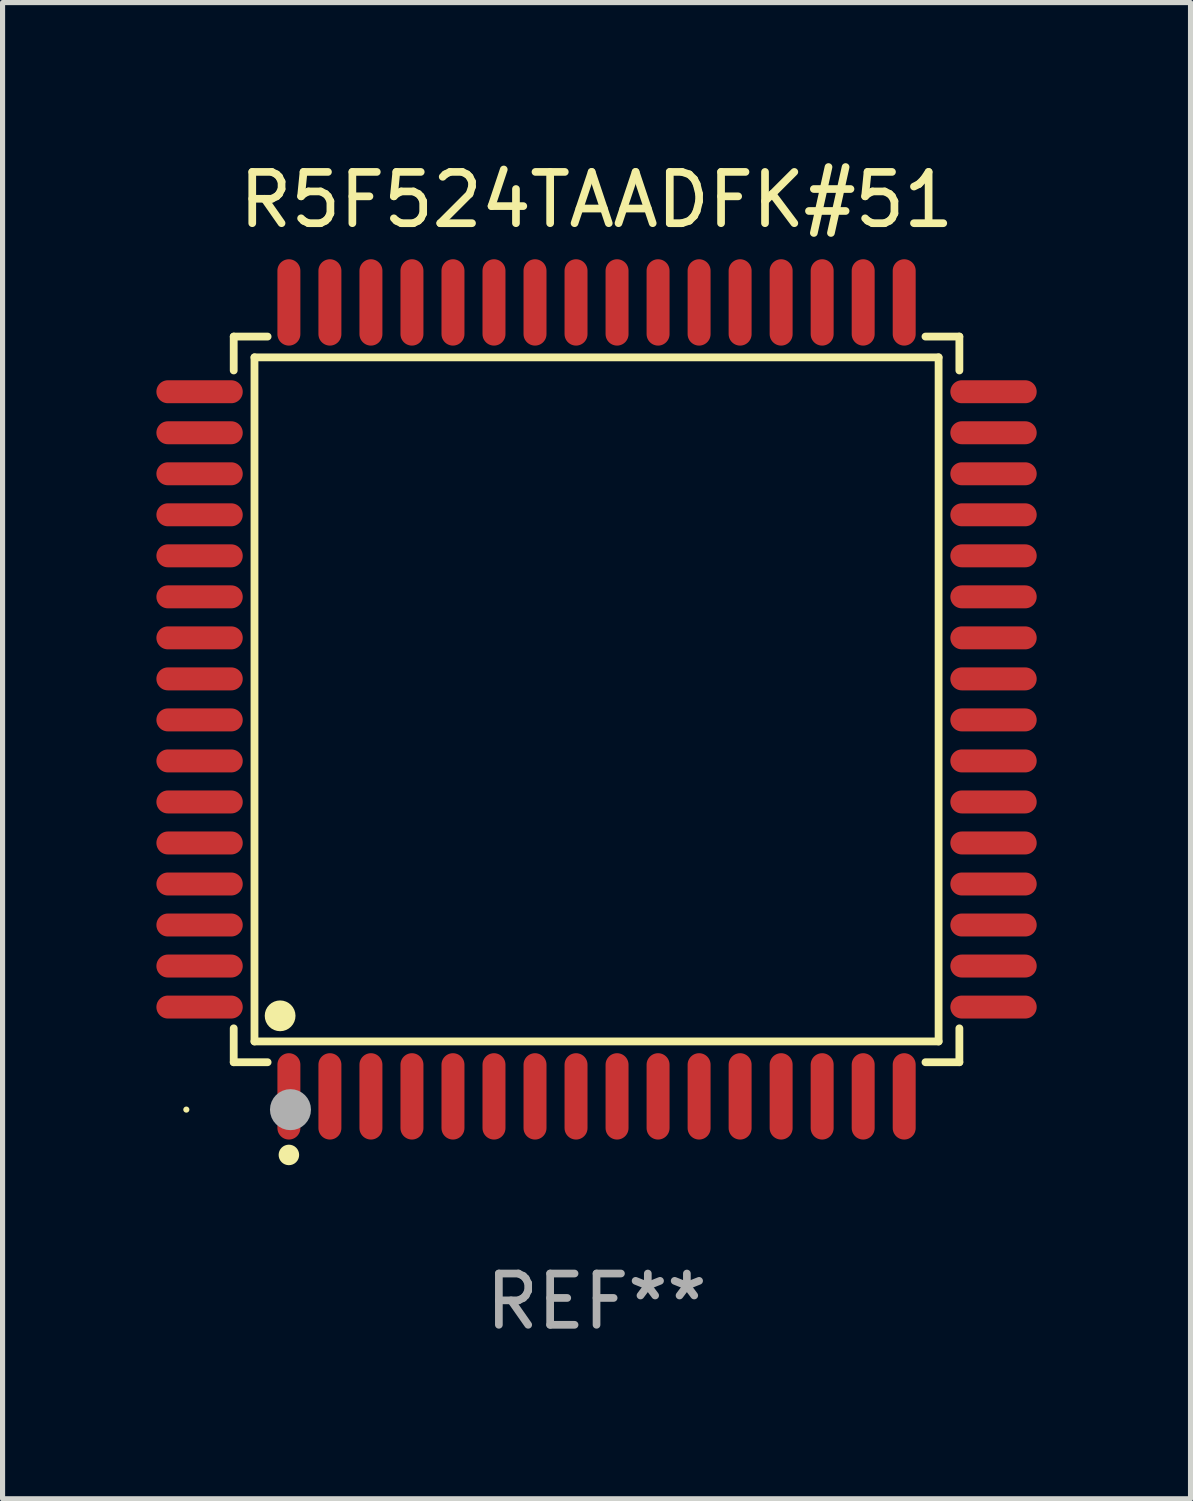
<source format=kicad_pcb>
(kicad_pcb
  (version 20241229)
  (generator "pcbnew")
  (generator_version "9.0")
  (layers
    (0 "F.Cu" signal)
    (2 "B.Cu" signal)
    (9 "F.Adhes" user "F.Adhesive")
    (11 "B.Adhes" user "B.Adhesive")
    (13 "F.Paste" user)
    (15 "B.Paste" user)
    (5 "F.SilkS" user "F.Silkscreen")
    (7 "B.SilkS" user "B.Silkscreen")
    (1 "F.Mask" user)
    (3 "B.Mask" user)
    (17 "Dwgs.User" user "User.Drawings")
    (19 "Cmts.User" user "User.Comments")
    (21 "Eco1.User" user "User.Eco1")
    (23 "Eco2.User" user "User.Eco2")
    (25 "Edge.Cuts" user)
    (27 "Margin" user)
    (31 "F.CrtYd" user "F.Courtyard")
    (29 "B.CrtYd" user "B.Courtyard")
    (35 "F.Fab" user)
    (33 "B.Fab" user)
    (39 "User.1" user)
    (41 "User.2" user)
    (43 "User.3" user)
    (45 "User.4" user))
  (footprint "R5F524TAADFK#51"
    (layer "F.Cu")
    (at 8.584 10.59)
    (property "Reference" "R5F524TAADFK#51" (at 0 -9.742 0) (layer "F.SilkS") (effects (font (size 1 1) (thickness 0.15))))
    (attr through_hole)
    (fp_line (start -7.076 -7.076) (end -6.415 -7.076) (stroke (width 0.152) (type solid)) (layer "F.SilkS"))
    (fp_line (start -7.076 -6.415) (end -7.076 -7.076) (stroke (width 0.152) (type solid)) (layer "F.SilkS"))
    (fp_line (start -7.076 6.415) (end -7.076 7.076) (stroke (width 0.152) (type solid)) (layer "F.SilkS"))
    (fp_line (start -7.076 7.076) (end -6.415 7.076) (stroke (width 0.152) (type solid)) (layer "F.SilkS"))
    (fp_line (start -6.671 -6.671) (end 6.671 -6.671) (stroke (width 0.152) (type solid)) (layer "F.SilkS"))
    (fp_line (start -6.671 6.671) (end -6.671 -6.671) (stroke (width 0.152) (type solid)) (layer "F.SilkS"))
    (fp_line (start 6.671 -6.671) (end 6.671 6.671) (stroke (width 0.152) (type solid)) (layer "F.SilkS"))
    (fp_line (start 6.671 6.671) (end -6.671 6.671) (stroke (width 0.152) (type solid)) (layer "F.SilkS"))
    (fp_line (start 7.076 -7.076) (end 6.415 -7.076) (stroke (width 0.152) (type solid)) (layer "F.SilkS"))
    (fp_line (start 7.076 -6.415) (end 7.076 -7.076) (stroke (width 0.152) (type solid)) (layer "F.SilkS"))
    (fp_line (start 7.076 6.415) (end 7.076 7.076) (stroke (width 0.152) (type solid)) (layer "F.SilkS"))
    (fp_line (start 7.076 7.076) (end 6.415 7.076) (stroke (width 0.152) (type solid)) (layer "F.SilkS"))
    (fp_circle (center -8 8) (end -7.97 8) (stroke (width 0.06) (type solid)) (fill no) (layer "F.SilkS"))
    (fp_circle (center -6.171 6.171) (end -6.021 6.171) (stroke (width 0.3) (type solid)) (fill no) (layer "F.SilkS"))
    (fp_circle (center -6 8.884) (end -5.9 8.884) (stroke (width 0.2) (type solid)) (fill no) (layer "F.SilkS"))
    (fp_circle (center -5.969 8.001) (end -5.769 8.001) (stroke (width 0.4) (type solid)) (fill no) (layer "F.Fab"))
    (fp_text user "REF**" (at 0 11.742 0) (layer "F.Fab") (effects (font (size 1 1) (thickness 0.15))))
    (pad "1" smd oval (at -6 7.742) (size 0.448 1.684) (layers "F.Cu" "F.Mask" "F.Paste"))
    (pad "2" smd oval (at -5.2 7.742) (size 0.448 1.684) (layers "F.Cu" "F.Mask" "F.Paste"))
    (pad "3" smd oval (at -4.4 7.742) (size 0.448 1.684) (layers "F.Cu" "F.Mask" "F.Paste"))
    (pad "4" smd oval (at -3.6 7.742) (size 0.448 1.684) (layers "F.Cu" "F.Mask" "F.Paste"))
    (pad "5" smd oval (at -2.8 7.742) (size 0.448 1.684) (layers "F.Cu" "F.Mask" "F.Paste"))
    (pad "6" smd oval (at -2 7.742) (size 0.448 1.684) (layers "F.Cu" "F.Mask" "F.Paste"))
    (pad "7" smd oval (at -1.2 7.742) (size 0.448 1.684) (layers "F.Cu" "F.Mask" "F.Paste"))
    (pad "8" smd oval (at -0.4 7.742) (size 0.448 1.684) (layers "F.Cu" "F.Mask" "F.Paste"))
    (pad "9" smd oval (at 0.4 7.742) (size 0.448 1.684) (layers "F.Cu" "F.Mask" "F.Paste"))
    (pad "10" smd oval (at 1.2 7.742) (size 0.448 1.684) (layers "F.Cu" "F.Mask" "F.Paste"))
    (pad "11" smd oval (at 2 7.742) (size 0.448 1.684) (layers "F.Cu" "F.Mask" "F.Paste"))
    (pad "12" smd oval (at 2.8 7.742) (size 0.448 1.684) (layers "F.Cu" "F.Mask" "F.Paste"))
    (pad "13" smd oval (at 3.6 7.742) (size 0.448 1.684) (layers "F.Cu" "F.Mask" "F.Paste"))
    (pad "14" smd oval (at 4.4 7.742) (size 0.448 1.684) (layers "F.Cu" "F.Mask" "F.Paste"))
    (pad "15" smd oval (at 5.2 7.742) (size 0.448 1.684) (layers "F.Cu" "F.Mask" "F.Paste"))
    (pad "16" smd oval (at 6 7.742) (size 0.448 1.684) (layers "F.Cu" "F.Mask" "F.Paste"))
    (pad "17" smd oval (at 7.742 6) (size 1.684 0.448) (layers "F.Cu" "F.Mask" "F.Paste"))
    (pad "18" smd oval (at 7.742 5.2) (size 1.684 0.448) (layers "F.Cu" "F.Mask" "F.Paste"))
    (pad "19" smd oval (at 7.742 4.4) (size 1.684 0.448) (layers "F.Cu" "F.Mask" "F.Paste"))
    (pad "20" smd oval (at 7.742 3.6) (size 1.684 0.448) (layers "F.Cu" "F.Mask" "F.Paste"))
    (pad "21" smd oval (at 7.742 2.8) (size 1.684 0.448) (layers "F.Cu" "F.Mask" "F.Paste"))
    (pad "22" smd oval (at 7.742 2) (size 1.684 0.448) (layers "F.Cu" "F.Mask" "F.Paste"))
    (pad "23" smd oval (at 7.742 1.2) (size 1.684 0.448) (layers "F.Cu" "F.Mask" "F.Paste"))
    (pad "24" smd oval (at 7.742 0.4) (size 1.684 0.448) (layers "F.Cu" "F.Mask" "F.Paste"))
    (pad "25" smd oval (at 7.742 -0.4) (size 1.684 0.448) (layers "F.Cu" "F.Mask" "F.Paste"))
    (pad "26" smd oval (at 7.742 -1.2) (size 1.684 0.448) (layers "F.Cu" "F.Mask" "F.Paste"))
    (pad "27" smd oval (at 7.742 -2) (size 1.684 0.448) (layers "F.Cu" "F.Mask" "F.Paste"))
    (pad "28" smd oval (at 7.742 -2.8) (size 1.684 0.448) (layers "F.Cu" "F.Mask" "F.Paste"))
    (pad "29" smd oval (at 7.742 -3.6) (size 1.684 0.448) (layers "F.Cu" "F.Mask" "F.Paste"))
    (pad "30" smd oval (at 7.742 -4.4) (size 1.684 0.448) (layers "F.Cu" "F.Mask" "F.Paste"))
    (pad "31" smd oval (at 7.742 -5.2) (size 1.684 0.448) (layers "F.Cu" "F.Mask" "F.Paste"))
    (pad "32" smd oval (at 7.742 -6) (size 1.684 0.448) (layers "F.Cu" "F.Mask" "F.Paste"))
    (pad "33" smd oval (at 6 -7.742) (size 0.448 1.684) (layers "F.Cu" "F.Mask" "F.Paste"))
    (pad "34" smd oval (at 5.2 -7.742) (size 0.448 1.684) (layers "F.Cu" "F.Mask" "F.Paste"))
    (pad "35" smd oval (at 4.4 -7.742) (size 0.448 1.684) (layers "F.Cu" "F.Mask" "F.Paste"))
    (pad "36" smd oval (at 3.6 -7.742) (size 0.448 1.684) (layers "F.Cu" "F.Mask" "F.Paste"))
    (pad "37" smd oval (at 2.8 -7.742) (size 0.448 1.684) (layers "F.Cu" "F.Mask" "F.Paste"))
    (pad "38" smd oval (at 2 -7.742) (size 0.448 1.684) (layers "F.Cu" "F.Mask" "F.Paste"))
    (pad "39" smd oval (at 1.2 -7.742) (size 0.448 1.684) (layers "F.Cu" "F.Mask" "F.Paste"))
    (pad "40" smd oval (at 0.4 -7.742) (size 0.448 1.684) (layers "F.Cu" "F.Mask" "F.Paste"))
    (pad "41" smd oval (at -0.4 -7.742) (size 0.448 1.684) (layers "F.Cu" "F.Mask" "F.Paste"))
    (pad "42" smd oval (at -1.2 -7.742) (size 0.448 1.684) (layers "F.Cu" "F.Mask" "F.Paste"))
    (pad "43" smd oval (at -2 -7.742) (size 0.448 1.684) (layers "F.Cu" "F.Mask" "F.Paste"))
    (pad "44" smd oval (at -2.8 -7.742) (size 0.448 1.684) (layers "F.Cu" "F.Mask" "F.Paste"))
    (pad "45" smd oval (at -3.6 -7.742) (size 0.448 1.684) (layers "F.Cu" "F.Mask" "F.Paste"))
    (pad "46" smd oval (at -4.4 -7.742) (size 0.448 1.684) (layers "F.Cu" "F.Mask" "F.Paste"))
    (pad "47" smd oval (at -5.2 -7.742) (size 0.448 1.684) (layers "F.Cu" "F.Mask" "F.Paste"))
    (pad "48" smd oval (at -6 -7.742) (size 0.448 1.684) (layers "F.Cu" "F.Mask" "F.Paste"))
    (pad "49" smd oval (at -7.742 -6) (size 1.684 0.448) (layers "F.Cu" "F.Mask" "F.Paste"))
    (pad "50" smd oval (at -7.742 -5.2) (size 1.684 0.448) (layers "F.Cu" "F.Mask" "F.Paste"))
    (pad "51" smd oval (at -7.742 -4.4) (size 1.684 0.448) (layers "F.Cu" "F.Mask" "F.Paste"))
    (pad "52" smd oval (at -7.742 -3.6) (size 1.684 0.448) (layers "F.Cu" "F.Mask" "F.Paste"))
    (pad "53" smd oval (at -7.742 -2.8) (size 1.684 0.448) (layers "F.Cu" "F.Mask" "F.Paste"))
    (pad "54" smd oval (at -7.742 -2) (size 1.684 0.448) (layers "F.Cu" "F.Mask" "F.Paste"))
    (pad "55" smd oval (at -7.742 -1.2) (size 1.684 0.448) (layers "F.Cu" "F.Mask" "F.Paste"))
    (pad "56" smd oval (at -7.742 -0.4) (size 1.684 0.448) (layers "F.Cu" "F.Mask" "F.Paste"))
    (pad "57" smd oval (at -7.742 0.4) (size 1.684 0.448) (layers "F.Cu" "F.Mask" "F.Paste"))
    (pad "58" smd oval (at -7.742 1.2) (size 1.684 0.448) (layers "F.Cu" "F.Mask" "F.Paste"))
    (pad "59" smd oval (at -7.742 2) (size 1.684 0.448) (layers "F.Cu" "F.Mask" "F.Paste"))
    (pad "60" smd oval (at -7.742 2.8) (size 1.684 0.448) (layers "F.Cu" "F.Mask" "F.Paste"))
    (pad "61" smd oval (at -7.742 3.6) (size 1.684 0.448) (layers "F.Cu" "F.Mask" "F.Paste"))
    (pad "62" smd oval (at -7.742 4.4) (size 1.684 0.448) (layers "F.Cu" "F.Mask" "F.Paste"))
    (pad "63" smd oval (at -7.742 5.2) (size 1.684 0.448) (layers "F.Cu" "F.Mask" "F.Paste"))
    (pad "64" smd oval (at -7.742 6) (size 1.684 0.448) (layers "F.Cu" "F.Mask" "F.Paste")))
  (gr_rect
    (start -3 -3)
    (end 20.168 26.18)
    (stroke (width 0.1) (type default))
    (fill no)
    (layer "Edge.Cuts")))
</source>
